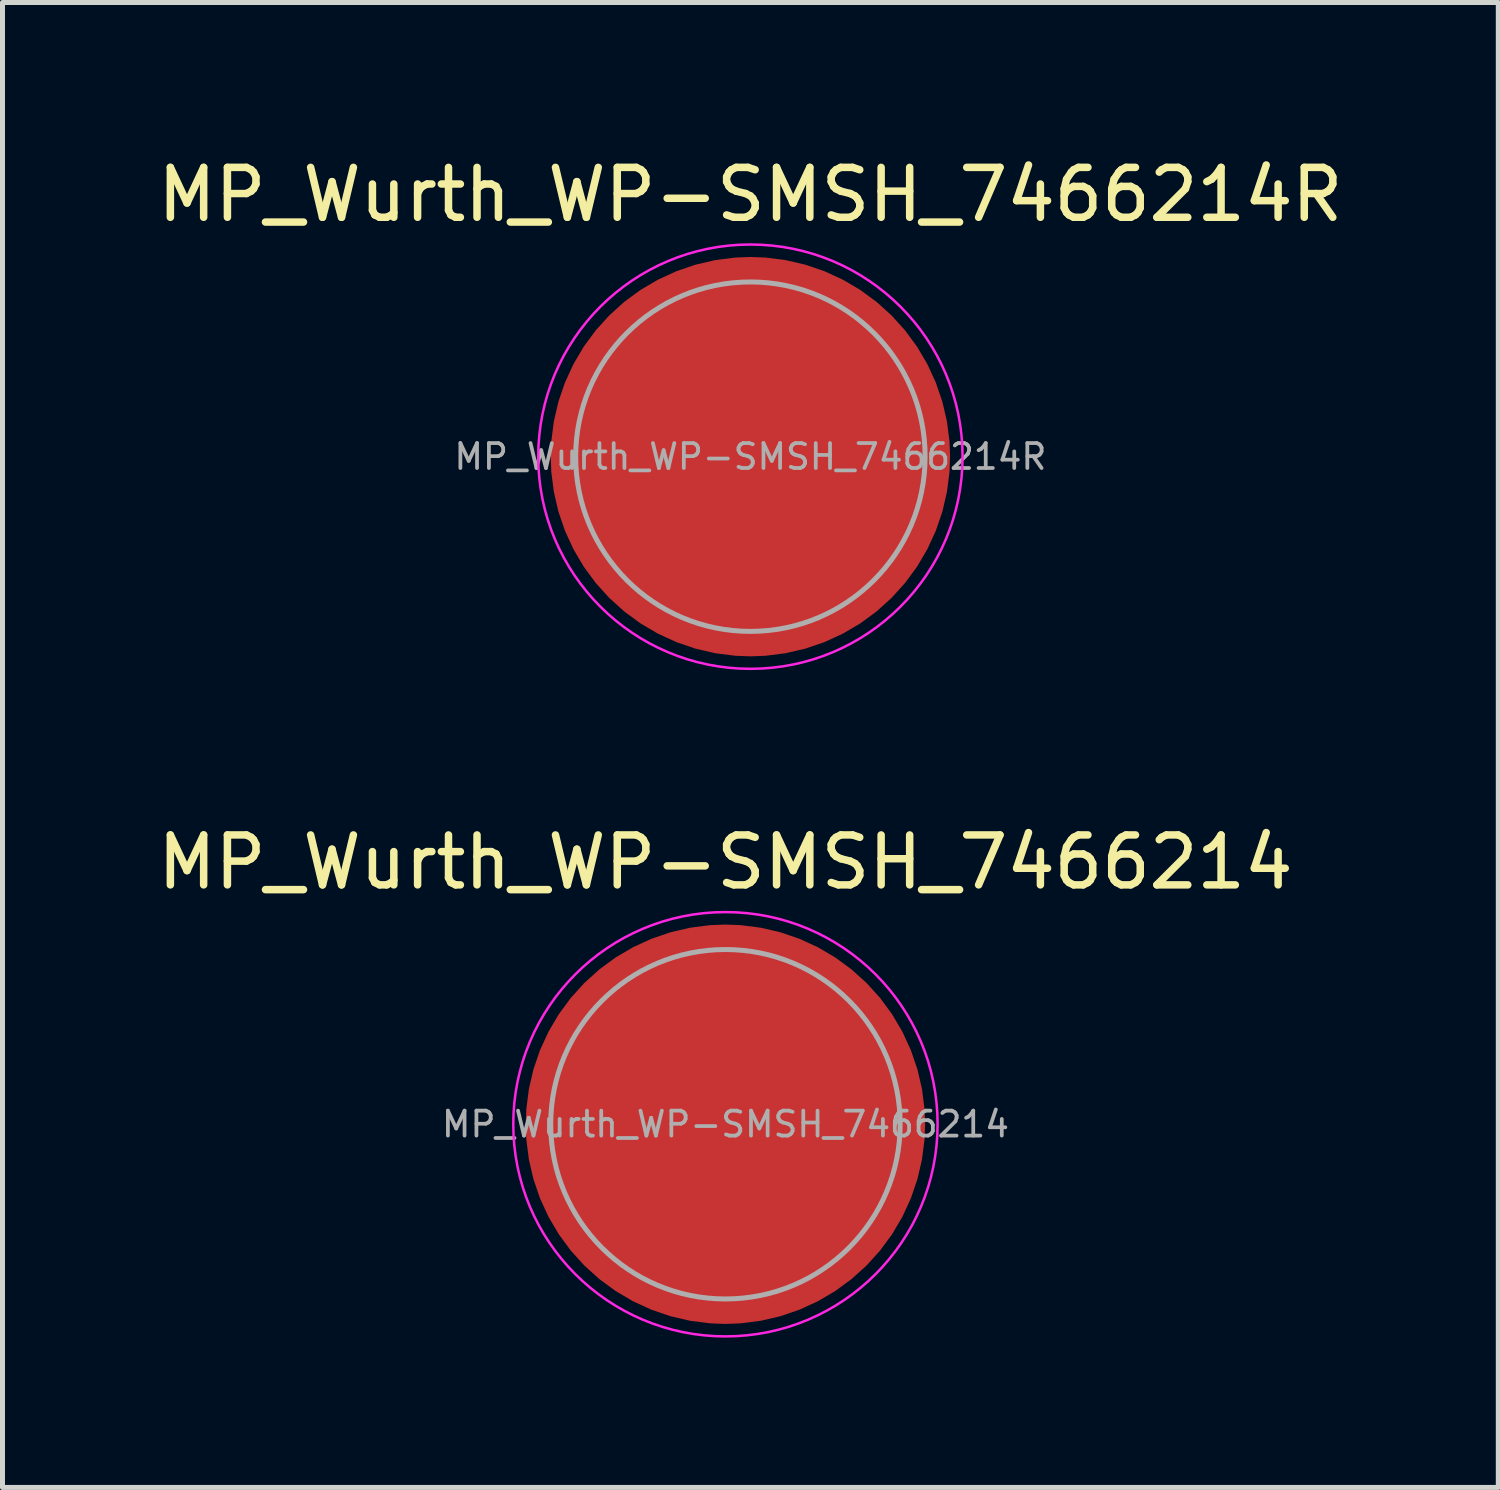
<source format=kicad_pcb>
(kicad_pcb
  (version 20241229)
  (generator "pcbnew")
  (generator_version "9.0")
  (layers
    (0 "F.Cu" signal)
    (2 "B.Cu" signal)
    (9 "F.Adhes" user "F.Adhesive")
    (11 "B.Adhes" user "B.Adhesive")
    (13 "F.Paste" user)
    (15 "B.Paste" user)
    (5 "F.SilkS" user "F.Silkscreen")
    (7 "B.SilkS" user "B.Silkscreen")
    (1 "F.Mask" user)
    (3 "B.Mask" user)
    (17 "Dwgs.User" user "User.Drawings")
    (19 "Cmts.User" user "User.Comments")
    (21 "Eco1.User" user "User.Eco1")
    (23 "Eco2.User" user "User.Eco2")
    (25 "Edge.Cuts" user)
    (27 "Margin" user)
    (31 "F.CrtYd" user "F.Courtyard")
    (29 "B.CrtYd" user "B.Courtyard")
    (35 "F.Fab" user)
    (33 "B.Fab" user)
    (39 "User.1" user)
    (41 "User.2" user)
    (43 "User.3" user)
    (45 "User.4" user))
  (footprint "MP_Wurth_WP-SMSH_7466214R"
    (layer "F.Cu")
    (at 11.982 6.098)
    (property "Reference" "MP_Wurth_WP-SMSH_7466214R" (at 0 -5.25 0) (unlocked yes) (layer "F.SilkS") (effects (font (size 1 1) (thickness 0.15))))
    (attr smd)
    (fp_poly (pts (xy -0.495 -0.495) (xy -3.876 -0.495) (xy -3.87 -0.541) (xy -3.87 -0.541) (xy -3.855 -0.631) (xy -3.84 -0.716) (xy -3.825 -0.796) (xy -3.825 -0.796) (xy -3.8 -0.906) (xy -3.8 -0.906) (xy -3.77 -1.026) (xy -3.77 -1.026) (xy -3.73 -1.161) (xy -3.73 -1.162) (xy -3.69 -1.282) (xy -3.69 -1.282) (xy -3.64 -1.417) (xy -3.64 -1.417) (xy -3.595 -1.527) (xy -3.595 -1.527) (xy -3.54 -1.652) (xy -3.539 -1.652) (xy -3.434 -1.862) (xy -3.434 -1.862) (xy -3.354 -2.002) (xy -3.354 -2.003) (xy -3.279 -2.123) (xy -3.279 -2.123) (xy -3.239 -2.183) (xy -3.239 -2.183) (xy -3.164 -2.288) (xy -3.109 -2.363) (xy -3.109 -2.363) (xy -3.039 -2.453) (xy -3.039 -2.453) (xy -2.959 -2.548) (xy -2.959 -2.548) (xy -2.879 -2.638) (xy -2.879 -2.638) (xy -2.814 -2.708) (xy -2.814 -2.709) (xy -2.734 -2.789) (xy -2.733 -2.789) (xy -2.653 -2.864) (xy -2.593 -2.919) (xy -2.538 -2.969) (xy -2.538 -2.969) (xy -2.493 -3.004) (xy -2.433 -3.054) (xy -2.358 -3.114) (xy -2.358 -3.114) (xy -2.303 -3.154) (xy -2.303 -3.154) (xy -2.238 -3.199) (xy -2.138 -3.269) (xy -2.138 -3.269) (xy -2.068 -3.314) (xy -2.068 -3.314) (xy -1.983 -3.364) (xy -1.918 -3.404) (xy -1.917 -3.404) (xy -1.842 -3.444) (xy -1.747 -3.494) (xy -1.747 -3.495) (xy -1.672 -3.53) (xy -1.612 -3.559) (xy -1.612 -3.56) (xy -1.552 -3.585) (xy -1.382 -3.655) (xy -1.382 -3.655) (xy -1.312 -3.68) (xy -1.257 -3.7) (xy -1.256 -3.7) (xy -1.096 -3.75) (xy -1.096 -3.75) (xy -1.001 -3.775) (xy -0.946 -3.79) (xy -0.946 -3.79) (xy -0.861 -3.81) (xy -0.861 -3.81) (xy -0.741 -3.835) (xy -0.741 -3.835) (xy -0.571 -3.865) (xy -0.571 -3.865) (xy -0.495 -3.876)) (stroke (width 0) (type default)) (fill yes) (layer "F.Paste"))
    (fp_poly (pts (xy -0.495 3.876) (xy -0.541 3.87) (xy -0.541 3.87) (xy -0.631 3.855) (xy -0.716 3.84) (xy -0.796 3.825) (xy -0.796 3.825) (xy -0.906 3.8) (xy -0.906 3.8) (xy -1.026 3.77) (xy -1.026 3.77) (xy -1.161 3.73) (xy -1.162 3.73) (xy -1.282 3.69) (xy -1.282 3.69) (xy -1.417 3.64) (xy -1.417 3.64) (xy -1.527 3.595) (xy -1.527 3.595) (xy -1.652 3.54) (xy -1.652 3.539) (xy -1.862 3.434) (xy -1.862 3.434) (xy -2.002 3.354) (xy -2.003 3.354) (xy -2.123 3.279) (xy -2.123 3.279) (xy -2.183 3.239) (xy -2.183 3.239) (xy -2.288 3.164) (xy -2.363 3.109) (xy -2.363 3.109) (xy -2.453 3.039) (xy -2.453 3.039) (xy -2.548 2.959) (xy -2.548 2.959) (xy -2.638 2.879) (xy -2.638 2.879) (xy -2.708 2.814) (xy -2.709 2.814) (xy -2.789 2.734) (xy -2.789 2.733) (xy -2.864 2.653) (xy -2.919 2.593) (xy -2.969 2.538) (xy -2.969 2.538) (xy -3.004 2.493) (xy -3.054 2.433) (xy -3.114 2.358) (xy -3.114 2.358) (xy -3.154 2.303) (xy -3.154 2.303) (xy -3.199 2.238) (xy -3.269 2.138) (xy -3.269 2.138) (xy -3.314 2.068) (xy -3.314 2.068) (xy -3.364 1.983) (xy -3.404 1.918) (xy -3.404 1.917) (xy -3.444 1.842) (xy -3.494 1.747) (xy -3.495 1.747) (xy -3.53 1.672) (xy -3.559 1.612) (xy -3.56 1.612) (xy -3.585 1.552) (xy -3.655 1.382) (xy -3.655 1.382) (xy -3.68 1.312) (xy -3.7 1.257) (xy -3.7 1.256) (xy -3.75 1.096) (xy -3.75 1.096) (xy -3.775 1.001) (xy -3.79 0.946) (xy -3.79 0.946) (xy -3.81 0.861) (xy -3.81 0.861) (xy -3.835 0.741) (xy -3.835 0.741) (xy -3.865 0.571) (xy -3.865 0.571) (xy -3.876 0.495) (xy -0.495 0.495)) (stroke (width 0) (type default)) (fill yes) (layer "F.Paste"))
    (fp_poly (pts (xy 0.541 -3.87) (xy 0.541 -3.87) (xy 0.631 -3.855) (xy 0.716 -3.84) (xy 0.796 -3.825) (xy 0.796 -3.825) (xy 0.906 -3.8) (xy 0.906 -3.8) (xy 1.026 -3.77) (xy 1.026 -3.77) (xy 1.161 -3.73) (xy 1.162 -3.73) (xy 1.282 -3.69) (xy 1.282 -3.69) (xy 1.417 -3.64) (xy 1.417 -3.64) (xy 1.527 -3.595) (xy 1.527 -3.595) (xy 1.652 -3.54) (xy 1.652 -3.539) (xy 1.862 -3.434) (xy 1.862 -3.434) (xy 2.002 -3.354) (xy 2.003 -3.354) (xy 2.123 -3.279) (xy 2.123 -3.279) (xy 2.183 -3.239) (xy 2.183 -3.239) (xy 2.288 -3.164) (xy 2.363 -3.109) (xy 2.363 -3.109) (xy 2.453 -3.039) (xy 2.453 -3.039) (xy 2.548 -2.959) (xy 2.548 -2.959) (xy 2.638 -2.879) (xy 2.638 -2.879) (xy 2.708 -2.814) (xy 2.709 -2.814) (xy 2.789 -2.734) (xy 2.789 -2.733) (xy 2.864 -2.653) (xy 2.919 -2.593) (xy 2.969 -2.538) (xy 2.969 -2.538) (xy 3.004 -2.493) (xy 3.054 -2.433) (xy 3.114 -2.358) (xy 3.114 -2.358) (xy 3.154 -2.303) (xy 3.154 -2.303) (xy 3.199 -2.238) (xy 3.269 -2.138) (xy 3.269 -2.138) (xy 3.314 -2.068) (xy 3.314 -2.068) (xy 3.364 -1.983) (xy 3.404 -1.918) (xy 3.404 -1.917) (xy 3.444 -1.842) (xy 3.494 -1.747) (xy 3.495 -1.747) (xy 3.53 -1.672) (xy 3.559 -1.612) (xy 3.56 -1.612) (xy 3.585 -1.552) (xy 3.655 -1.382) (xy 3.655 -1.382) (xy 3.68 -1.312) (xy 3.7 -1.257) (xy 3.7 -1.256) (xy 3.75 -1.096) (xy 3.75 -1.096) (xy 3.775 -1.001) (xy 3.79 -0.946) (xy 3.79 -0.946) (xy 3.81 -0.861) (xy 3.81 -0.861) (xy 3.835 -0.741) (xy 3.835 -0.741) (xy 3.865 -0.571) (xy 3.865 -0.571) (xy 3.876 -0.495) (xy 0.495 -0.495) (xy 0.495 -3.876)) (stroke (width 0) (type default)) (fill yes) (layer "F.Paste"))
    (fp_poly (pts (xy 3.87 0.541) (xy 3.87 0.541) (xy 3.855 0.631) (xy 3.84 0.716) (xy 3.825 0.796) (xy 3.825 0.796) (xy 3.8 0.906) (xy 3.8 0.906) (xy 3.77 1.026) (xy 3.77 1.026) (xy 3.73 1.161) (xy 3.73 1.162) (xy 3.69 1.282) (xy 3.69 1.282) (xy 3.64 1.417) (xy 3.64 1.417) (xy 3.595 1.527) (xy 3.595 1.527) (xy 3.54 1.652) (xy 3.539 1.652) (xy 3.434 1.862) (xy 3.434 1.862) (xy 3.354 2.002) (xy 3.354 2.003) (xy 3.279 2.123) (xy 3.279 2.123) (xy 3.239 2.183) (xy 3.239 2.183) (xy 3.164 2.288) (xy 3.109 2.363) (xy 3.109 2.363) (xy 3.039 2.453) (xy 3.039 2.453) (xy 2.959 2.548) (xy 2.959 2.548) (xy 2.879 2.638) (xy 2.879 2.638) (xy 2.814 2.708) (xy 2.814 2.709) (xy 2.734 2.789) (xy 2.733 2.789) (xy 2.653 2.864) (xy 2.593 2.919) (xy 2.538 2.969) (xy 2.538 2.969) (xy 2.493 3.004) (xy 2.433 3.054) (xy 2.358 3.114) (xy 2.358 3.114) (xy 2.303 3.154) (xy 2.303 3.154) (xy 2.238 3.199) (xy 2.138 3.269) (xy 2.138 3.269) (xy 2.068 3.314) (xy 2.068 3.314) (xy 1.983 3.364) (xy 1.918 3.404) (xy 1.917 3.404) (xy 1.842 3.444) (xy 1.747 3.494) (xy 1.747 3.495) (xy 1.672 3.53) (xy 1.612 3.559) (xy 1.612 3.56) (xy 1.552 3.585) (xy 1.382 3.655) (xy 1.382 3.655) (xy 1.312 3.68) (xy 1.257 3.7) (xy 1.256 3.7) (xy 1.096 3.75) (xy 1.096 3.75) (xy 1.001 3.775) (xy 0.946 3.79) (xy 0.946 3.79) (xy 0.861 3.81) (xy 0.861 3.81) (xy 0.741 3.835) (xy 0.741 3.835) (xy 0.571 3.865) (xy 0.571 3.865) (xy 0.495 3.876) (xy 0.495 0.495) (xy 3.876 0.495)) (stroke (width 0) (type default)) (fill yes) (layer "F.Paste"))
    (fp_circle (center 0 0) (end 4.25 0) (stroke (width 0.05) (type solid)) (fill no) (layer "F.CrtYd"))
    (fp_circle (center 0 0) (end 3.5 0) (stroke (width 0.1) (type solid)) (fill no) (layer "F.Fab"))
    (fp_text user "${REFERENCE}" (at 0 0 0) (unlocked yes) (layer "F.Fab") (effects (font (size 0.5 0.5) (thickness 0.075))))
    (pad "1" smd roundrect (at 0 0) (size 8 8) (layers "F.Cu" "F.Mask") (roundrect_rratio 0.5)))
  (footprint "MP_Wurth_WP-SMSH_7466214"
    (layer "F.Cu")
    (at 11.482 19.471)
    (property "Reference" "MP_Wurth_WP-SMSH_7466214" (at 0 -5.25 0) (unlocked yes) (layer "F.SilkS") (effects (font (size 1 1) (thickness 0.15))))
    (attr smd)
    (fp_poly (pts (xy -0.495 -0.495) (xy -3.876 -0.495) (xy -3.87 -0.541) (xy -3.87 -0.541) (xy -3.855 -0.631) (xy -3.84 -0.716) (xy -3.825 -0.796) (xy -3.825 -0.796) (xy -3.8 -0.906) (xy -3.8 -0.906) (xy -3.77 -1.026) (xy -3.77 -1.026) (xy -3.73 -1.161) (xy -3.73 -1.162) (xy -3.69 -1.282) (xy -3.69 -1.282) (xy -3.64 -1.417) (xy -3.64 -1.417) (xy -3.595 -1.527) (xy -3.595 -1.527) (xy -3.54 -1.652) (xy -3.539 -1.652) (xy -3.434 -1.862) (xy -3.434 -1.862) (xy -3.354 -2.002) (xy -3.354 -2.003) (xy -3.279 -2.123) (xy -3.279 -2.123) (xy -3.239 -2.183) (xy -3.239 -2.183) (xy -3.164 -2.288) (xy -3.109 -2.363) (xy -3.109 -2.363) (xy -3.039 -2.453) (xy -3.039 -2.453) (xy -2.959 -2.548) (xy -2.959 -2.548) (xy -2.879 -2.638) (xy -2.879 -2.638) (xy -2.814 -2.708) (xy -2.814 -2.709) (xy -2.734 -2.789) (xy -2.733 -2.789) (xy -2.653 -2.864) (xy -2.593 -2.919) (xy -2.538 -2.969) (xy -2.538 -2.969) (xy -2.493 -3.004) (xy -2.433 -3.054) (xy -2.358 -3.114) (xy -2.358 -3.114) (xy -2.303 -3.154) (xy -2.303 -3.154) (xy -2.238 -3.199) (xy -2.138 -3.269) (xy -2.138 -3.269) (xy -2.068 -3.314) (xy -2.068 -3.314) (xy -1.983 -3.364) (xy -1.918 -3.404) (xy -1.917 -3.404) (xy -1.842 -3.444) (xy -1.747 -3.494) (xy -1.747 -3.495) (xy -1.672 -3.53) (xy -1.612 -3.559) (xy -1.612 -3.56) (xy -1.552 -3.585) (xy -1.382 -3.655) (xy -1.382 -3.655) (xy -1.312 -3.68) (xy -1.257 -3.7) (xy -1.256 -3.7) (xy -1.096 -3.75) (xy -1.096 -3.75) (xy -1.001 -3.775) (xy -0.946 -3.79) (xy -0.946 -3.79) (xy -0.861 -3.81) (xy -0.861 -3.81) (xy -0.741 -3.835) (xy -0.741 -3.835) (xy -0.571 -3.865) (xy -0.571 -3.865) (xy -0.495 -3.876)) (stroke (width 0) (type default)) (fill yes) (layer "F.Paste"))
    (fp_poly (pts (xy -0.495 3.876) (xy -0.541 3.87) (xy -0.541 3.87) (xy -0.631 3.855) (xy -0.716 3.84) (xy -0.796 3.825) (xy -0.796 3.825) (xy -0.906 3.8) (xy -0.906 3.8) (xy -1.026 3.77) (xy -1.026 3.77) (xy -1.161 3.73) (xy -1.162 3.73) (xy -1.282 3.69) (xy -1.282 3.69) (xy -1.417 3.64) (xy -1.417 3.64) (xy -1.527 3.595) (xy -1.527 3.595) (xy -1.652 3.54) (xy -1.652 3.539) (xy -1.862 3.434) (xy -1.862 3.434) (xy -2.002 3.354) (xy -2.003 3.354) (xy -2.123 3.279) (xy -2.123 3.279) (xy -2.183 3.239) (xy -2.183 3.239) (xy -2.288 3.164) (xy -2.363 3.109) (xy -2.363 3.109) (xy -2.453 3.039) (xy -2.453 3.039) (xy -2.548 2.959) (xy -2.548 2.959) (xy -2.638 2.879) (xy -2.638 2.879) (xy -2.708 2.814) (xy -2.709 2.814) (xy -2.789 2.734) (xy -2.789 2.733) (xy -2.864 2.653) (xy -2.919 2.593) (xy -2.969 2.538) (xy -2.969 2.538) (xy -3.004 2.493) (xy -3.054 2.433) (xy -3.114 2.358) (xy -3.114 2.358) (xy -3.154 2.303) (xy -3.154 2.303) (xy -3.199 2.238) (xy -3.269 2.138) (xy -3.269 2.138) (xy -3.314 2.068) (xy -3.314 2.068) (xy -3.364 1.983) (xy -3.404 1.918) (xy -3.404 1.917) (xy -3.444 1.842) (xy -3.494 1.747) (xy -3.495 1.747) (xy -3.53 1.672) (xy -3.559 1.612) (xy -3.56 1.612) (xy -3.585 1.552) (xy -3.655 1.382) (xy -3.655 1.382) (xy -3.68 1.312) (xy -3.7 1.257) (xy -3.7 1.256) (xy -3.75 1.096) (xy -3.75 1.096) (xy -3.775 1.001) (xy -3.79 0.946) (xy -3.79 0.946) (xy -3.81 0.861) (xy -3.81 0.861) (xy -3.835 0.741) (xy -3.835 0.741) (xy -3.865 0.571) (xy -3.865 0.571) (xy -3.876 0.495) (xy -0.495 0.495)) (stroke (width 0) (type default)) (fill yes) (layer "F.Paste"))
    (fp_poly (pts (xy 0.541 -3.87) (xy 0.541 -3.87) (xy 0.631 -3.855) (xy 0.716 -3.84) (xy 0.796 -3.825) (xy 0.796 -3.825) (xy 0.906 -3.8) (xy 0.906 -3.8) (xy 1.026 -3.77) (xy 1.026 -3.77) (xy 1.161 -3.73) (xy 1.162 -3.73) (xy 1.282 -3.69) (xy 1.282 -3.69) (xy 1.417 -3.64) (xy 1.417 -3.64) (xy 1.527 -3.595) (xy 1.527 -3.595) (xy 1.652 -3.54) (xy 1.652 -3.539) (xy 1.862 -3.434) (xy 1.862 -3.434) (xy 2.002 -3.354) (xy 2.003 -3.354) (xy 2.123 -3.279) (xy 2.123 -3.279) (xy 2.183 -3.239) (xy 2.183 -3.239) (xy 2.288 -3.164) (xy 2.363 -3.109) (xy 2.363 -3.109) (xy 2.453 -3.039) (xy 2.453 -3.039) (xy 2.548 -2.959) (xy 2.548 -2.959) (xy 2.638 -2.879) (xy 2.638 -2.879) (xy 2.708 -2.814) (xy 2.709 -2.814) (xy 2.789 -2.734) (xy 2.789 -2.733) (xy 2.864 -2.653) (xy 2.919 -2.593) (xy 2.969 -2.538) (xy 2.969 -2.538) (xy 3.004 -2.493) (xy 3.054 -2.433) (xy 3.114 -2.358) (xy 3.114 -2.358) (xy 3.154 -2.303) (xy 3.154 -2.303) (xy 3.199 -2.238) (xy 3.269 -2.138) (xy 3.269 -2.138) (xy 3.314 -2.068) (xy 3.314 -2.068) (xy 3.364 -1.983) (xy 3.404 -1.918) (xy 3.404 -1.917) (xy 3.444 -1.842) (xy 3.494 -1.747) (xy 3.495 -1.747) (xy 3.53 -1.672) (xy 3.559 -1.612) (xy 3.56 -1.612) (xy 3.585 -1.552) (xy 3.655 -1.382) (xy 3.655 -1.382) (xy 3.68 -1.312) (xy 3.7 -1.257) (xy 3.7 -1.256) (xy 3.75 -1.096) (xy 3.75 -1.096) (xy 3.775 -1.001) (xy 3.79 -0.946) (xy 3.79 -0.946) (xy 3.81 -0.861) (xy 3.81 -0.861) (xy 3.835 -0.741) (xy 3.835 -0.741) (xy 3.865 -0.571) (xy 3.865 -0.571) (xy 3.876 -0.495) (xy 0.495 -0.495) (xy 0.495 -3.876)) (stroke (width 0) (type default)) (fill yes) (layer "F.Paste"))
    (fp_poly (pts (xy 3.87 0.541) (xy 3.87 0.541) (xy 3.855 0.631) (xy 3.84 0.716) (xy 3.825 0.796) (xy 3.825 0.796) (xy 3.8 0.906) (xy 3.8 0.906) (xy 3.77 1.026) (xy 3.77 1.026) (xy 3.73 1.161) (xy 3.73 1.162) (xy 3.69 1.282) (xy 3.69 1.282) (xy 3.64 1.417) (xy 3.64 1.417) (xy 3.595 1.527) (xy 3.595 1.527) (xy 3.54 1.652) (xy 3.539 1.652) (xy 3.434 1.862) (xy 3.434 1.862) (xy 3.354 2.002) (xy 3.354 2.003) (xy 3.279 2.123) (xy 3.279 2.123) (xy 3.239 2.183) (xy 3.239 2.183) (xy 3.164 2.288) (xy 3.109 2.363) (xy 3.109 2.363) (xy 3.039 2.453) (xy 3.039 2.453) (xy 2.959 2.548) (xy 2.959 2.548) (xy 2.879 2.638) (xy 2.879 2.638) (xy 2.814 2.708) (xy 2.814 2.709) (xy 2.734 2.789) (xy 2.733 2.789) (xy 2.653 2.864) (xy 2.593 2.919) (xy 2.538 2.969) (xy 2.538 2.969) (xy 2.493 3.004) (xy 2.433 3.054) (xy 2.358 3.114) (xy 2.358 3.114) (xy 2.303 3.154) (xy 2.303 3.154) (xy 2.238 3.199) (xy 2.138 3.269) (xy 2.138 3.269) (xy 2.068 3.314) (xy 2.068 3.314) (xy 1.983 3.364) (xy 1.918 3.404) (xy 1.917 3.404) (xy 1.842 3.444) (xy 1.747 3.494) (xy 1.747 3.495) (xy 1.672 3.53) (xy 1.612 3.559) (xy 1.612 3.56) (xy 1.552 3.585) (xy 1.382 3.655) (xy 1.382 3.655) (xy 1.312 3.68) (xy 1.257 3.7) (xy 1.256 3.7) (xy 1.096 3.75) (xy 1.096 3.75) (xy 1.001 3.775) (xy 0.946 3.79) (xy 0.946 3.79) (xy 0.861 3.81) (xy 0.861 3.81) (xy 0.741 3.835) (xy 0.741 3.835) (xy 0.571 3.865) (xy 0.571 3.865) (xy 0.495 3.876) (xy 0.495 0.495) (xy 3.876 0.495)) (stroke (width 0) (type default)) (fill yes) (layer "F.Paste"))
    (fp_circle (center 0 0) (end 4.25 0) (stroke (width 0.05) (type solid)) (fill no) (layer "F.CrtYd"))
    (fp_circle (center 0 0) (end 3.5 0) (stroke (width 0.1) (type solid)) (fill no) (layer "F.Fab"))
    (fp_text user "${REFERENCE}" (at 0 0 0) (unlocked yes) (layer "F.Fab") (effects (font (size 0.5 0.5) (thickness 0.075))))
    (pad "1" smd roundrect (at 0 0) (size 8 8) (layers "F.Cu" "F.Mask") (roundrect_rratio 0.5)))
  (gr_rect
    (start -3 -3)
    (end 26.964 26.747)
    (stroke (width 0.1) (type default))
    (fill no)
    (layer "Edge.Cuts")))
</source>
